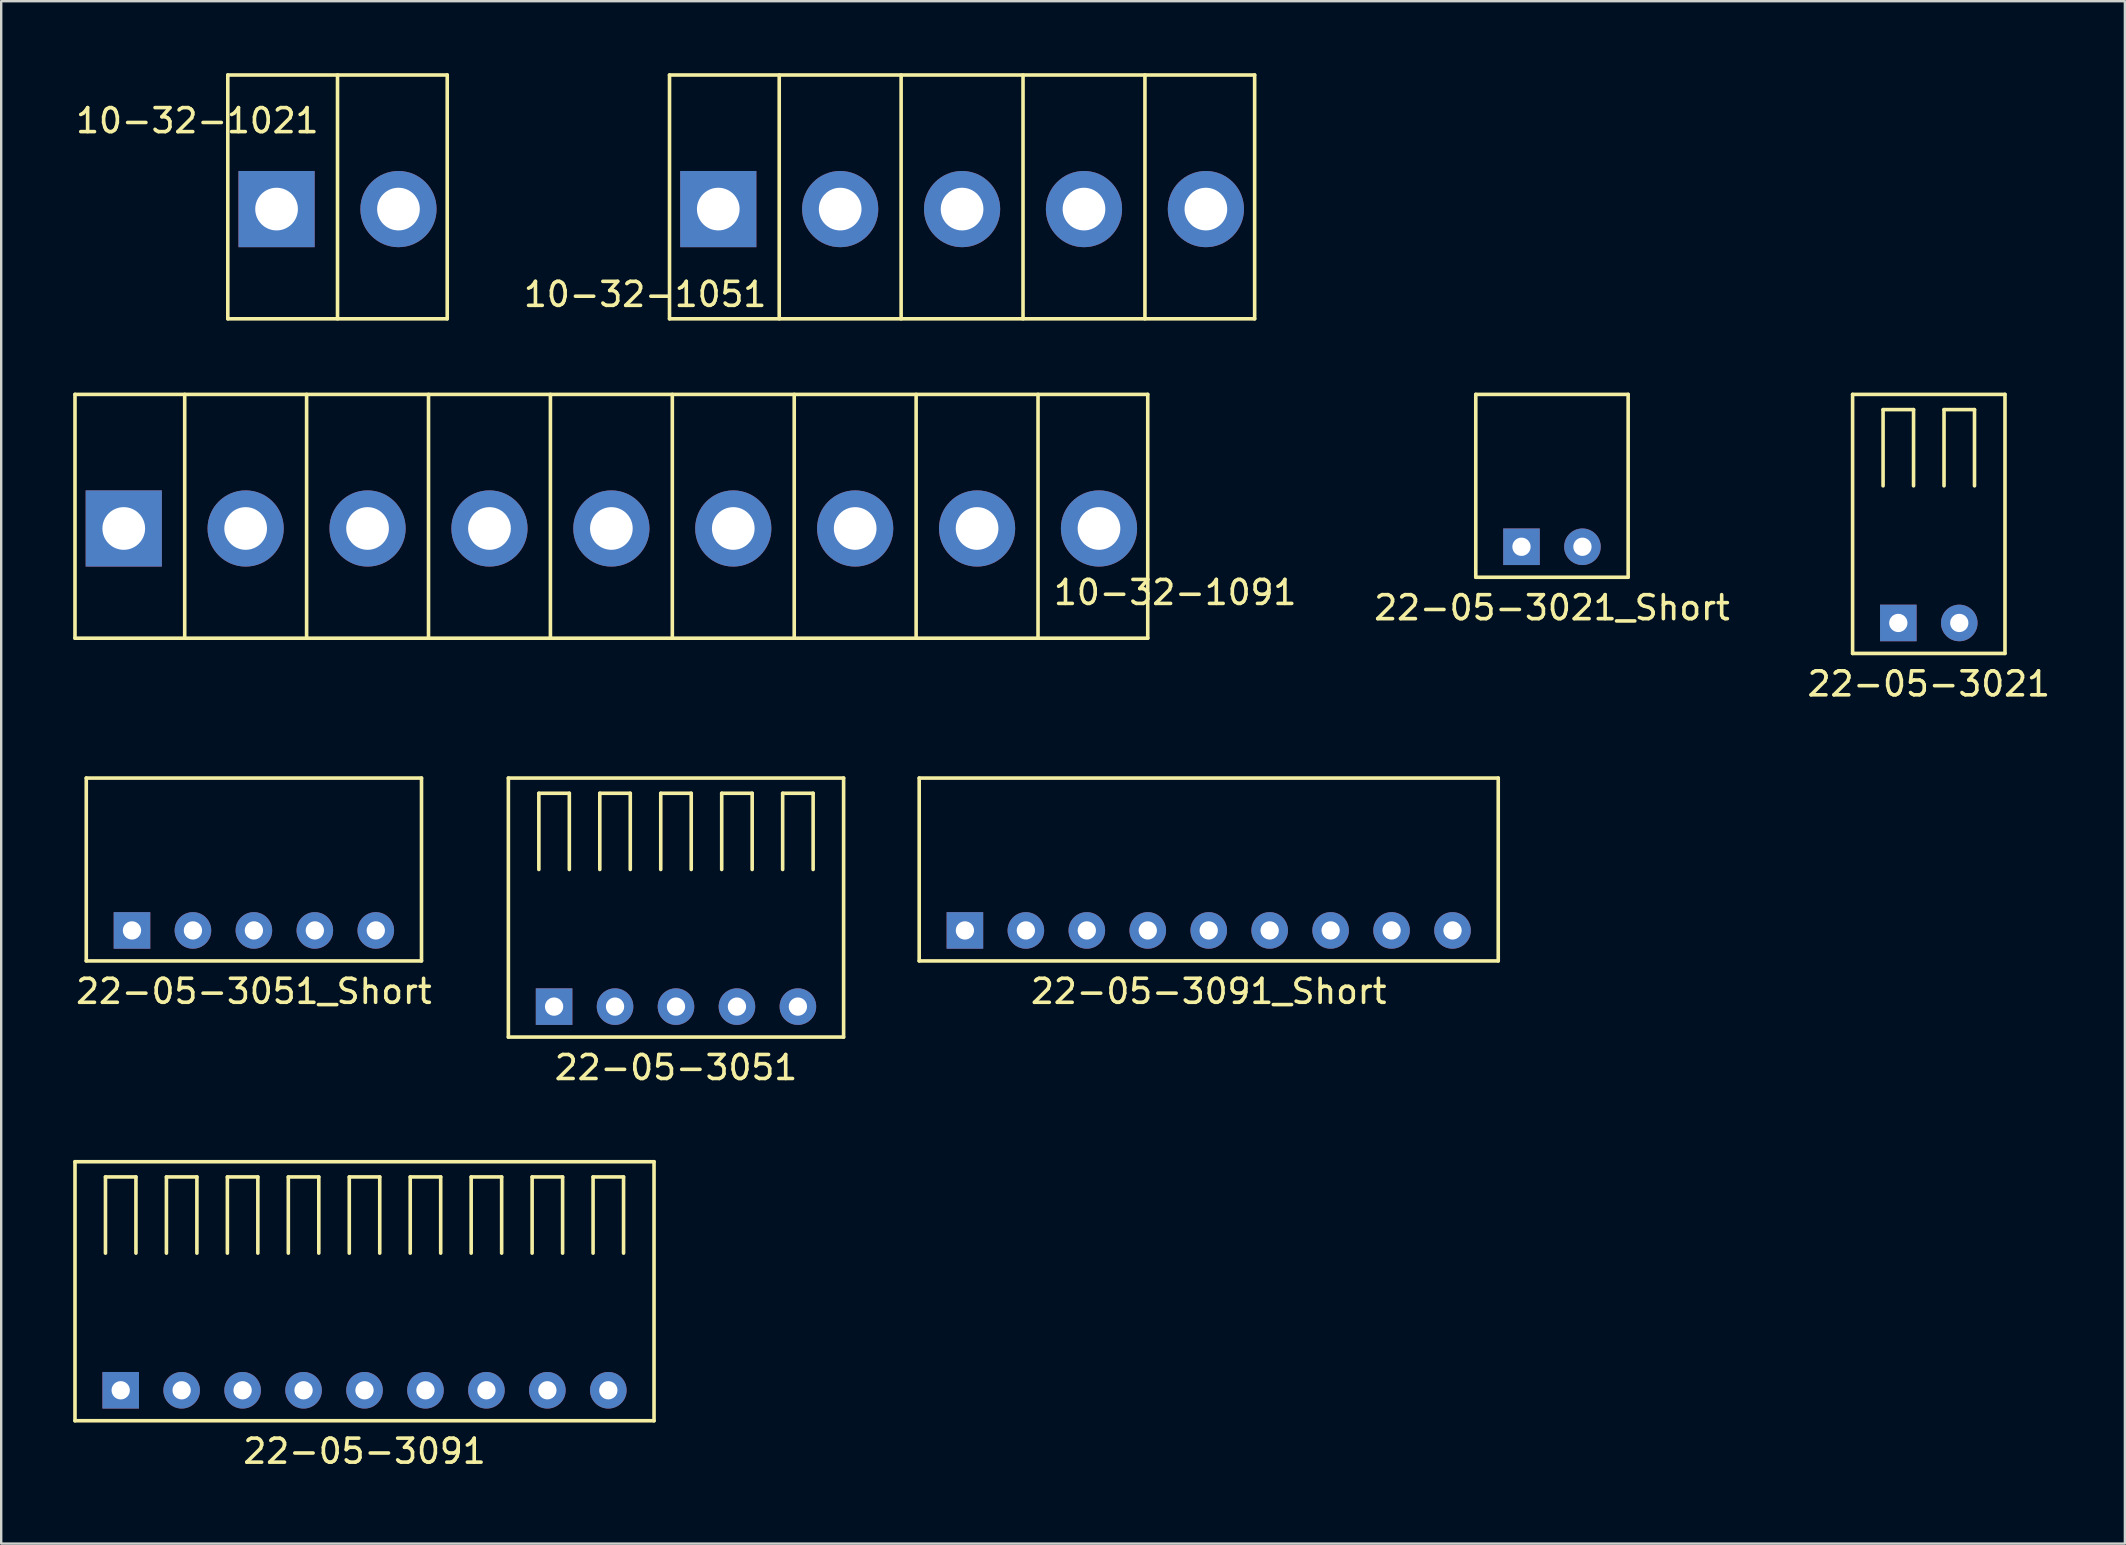
<source format=kicad_pcb>
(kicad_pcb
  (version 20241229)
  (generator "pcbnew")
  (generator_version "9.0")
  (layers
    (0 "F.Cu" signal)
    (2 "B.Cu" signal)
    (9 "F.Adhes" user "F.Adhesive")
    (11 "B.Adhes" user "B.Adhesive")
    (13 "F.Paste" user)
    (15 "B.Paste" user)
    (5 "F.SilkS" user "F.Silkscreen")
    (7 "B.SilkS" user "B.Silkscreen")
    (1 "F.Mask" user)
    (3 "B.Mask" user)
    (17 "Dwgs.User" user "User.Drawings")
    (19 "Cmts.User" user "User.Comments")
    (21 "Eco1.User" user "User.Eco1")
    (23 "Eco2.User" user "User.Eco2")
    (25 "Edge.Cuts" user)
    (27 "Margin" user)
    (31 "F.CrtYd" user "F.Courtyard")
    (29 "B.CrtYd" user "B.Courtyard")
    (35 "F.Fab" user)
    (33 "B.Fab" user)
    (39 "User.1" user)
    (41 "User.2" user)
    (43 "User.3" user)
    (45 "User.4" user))
  (footprint "10-32-1021"
    (layer "F.Cu")
    (at 11.015 5.663)
    (property "Reference" "10-32-1021" (at -5.842 -3.683 0) (layer "F.SilkS") (effects (font (size 1 1) (thickness 0.15))))
    (attr through_hole)
    (fp_line (start -4.572 -5.588) (end -4.572 4.572) (stroke (width 0.15) (type solid)) (layer "F.SilkS"))
    (fp_line (start -4.572 -5.588) (end 4.572 -5.588) (stroke (width 0.15) (type solid)) (layer "F.SilkS"))
    (fp_line (start -4.572 4.572) (end 4.572 4.572) (stroke (width 0.15) (type solid)) (layer "F.SilkS"))
    (fp_line (start 0 -5.588) (end 0 4.572) (stroke (width 0.15) (type solid)) (layer "F.SilkS"))
    (fp_line (start 4.572 4.572) (end 4.572 -5.588) (stroke (width 0.15) (type solid)) (layer "F.SilkS"))
    (pad "1" thru_hole rect (at -2.54 0) (size 3.175 3.175) (drill 1.778) (layers "*.Cu" "*.Mask"))
    (pad "2" thru_hole circle (at 2.54 0) (size 3.175 3.175) (drill 1.778) (layers "*.Cu" "*.Mask")))
  (footprint "22-05-3091_Short"
    (layer "F.Cu")
    (at 47.32 33.183)
    (property "Reference" "22-05-3091_Short" (at 0 5.08 0) (layer "F.SilkS") (effects (font (size 1 1) (thickness 0.15))))
    (attr through_hole)
    (fp_line (start -12.065 -3.81) (end -12.065 3.81) (stroke (width 0.15) (type solid)) (layer "F.SilkS"))
    (fp_line (start -12.065 3.81) (end 12.065 3.81) (stroke (width 0.15) (type solid)) (layer "F.SilkS"))
    (fp_line (start 12.065 -3.81) (end -12.065 -3.81) (stroke (width 0.15) (type solid)) (layer "F.SilkS"))
    (fp_line (start 12.065 3.81) (end 12.065 -3.81) (stroke (width 0.15) (type solid)) (layer "F.SilkS"))
    (pad "1" thru_hole rect (at -10.16 2.54) (size 1.524 1.524) (drill 0.762) (layers "*.Cu" "*.Mask"))
    (pad "2" thru_hole circle (at -7.62 2.54) (size 1.524 1.524) (drill 0.762) (layers "*.Cu" "*.Mask"))
    (pad "3" thru_hole circle (at -5.08 2.54) (size 1.524 1.524) (drill 0.762) (layers "*.Cu" "*.Mask"))
    (pad "4" thru_hole circle (at -2.54 2.54) (size 1.524 1.524) (drill 0.762) (layers "*.Cu" "*.Mask"))
    (pad "5" thru_hole circle (at 0 2.54) (size 1.524 1.524) (drill 0.762) (layers "*.Cu" "*.Mask"))
    (pad "6" thru_hole circle (at 2.54 2.54) (size 1.524 1.524) (drill 0.762) (layers "*.Cu" "*.Mask"))
    (pad "7" thru_hole circle (at 5.08 2.54) (size 1.524 1.524) (drill 0.762) (layers "*.Cu" "*.Mask"))
    (pad "8" thru_hole circle (at 7.62 2.54) (size 1.524 1.524) (drill 0.762) (layers "*.Cu" "*.Mask"))
    (pad "9" thru_hole circle (at 10.16 2.54) (size 1.524 1.524) (drill 0.762) (layers "*.Cu" "*.Mask")))
  (footprint "22-05-3051"
    (layer "F.Cu")
    (at 25.12 34.453)
    (property "Reference" "22-05-3051" (at 0 6.985 0) (layer "F.SilkS") (effects (font (size 1 1) (thickness 0.15))))
    (attr through_hole)
    (fp_line (start -6.985 -5.08) (end 6.985 -5.08) (stroke (width 0.15) (type solid)) (layer "F.SilkS"))
    (fp_line (start -6.985 5.715) (end -6.985 -5.08) (stroke (width 0.15) (type solid)) (layer "F.SilkS"))
    (fp_line (start -5.715 -4.445) (end -4.445 -4.445) (stroke (width 0.15) (type solid)) (layer "F.SilkS"))
    (fp_line (start -5.715 -1.27) (end -5.715 -4.445) (stroke (width 0.15) (type solid)) (layer "F.SilkS"))
    (fp_line (start -4.445 -4.445) (end -4.445 -1.27) (stroke (width 0.15) (type solid)) (layer "F.SilkS"))
    (fp_line (start -3.175 -4.445) (end -1.905 -4.445) (stroke (width 0.15) (type solid)) (layer "F.SilkS"))
    (fp_line (start -3.175 -1.27) (end -3.175 -4.445) (stroke (width 0.15) (type solid)) (layer "F.SilkS"))
    (fp_line (start -1.905 -4.445) (end -1.905 -1.27) (stroke (width 0.15) (type solid)) (layer "F.SilkS"))
    (fp_line (start -0.635 -4.445) (end 0.635 -4.445) (stroke (width 0.15) (type solid)) (layer "F.SilkS"))
    (fp_line (start -0.635 -1.27) (end -0.635 -4.445) (stroke (width 0.15) (type solid)) (layer "F.SilkS"))
    (fp_line (start 0.635 -4.445) (end 0.635 -1.27) (stroke (width 0.15) (type solid)) (layer "F.SilkS"))
    (fp_line (start 1.905 -4.445) (end 3.175 -4.445) (stroke (width 0.15) (type solid)) (layer "F.SilkS"))
    (fp_line (start 1.905 -1.27) (end 1.905 -4.445) (stroke (width 0.15) (type solid)) (layer "F.SilkS"))
    (fp_line (start 3.175 -4.445) (end 3.175 -1.27) (stroke (width 0.15) (type solid)) (layer "F.SilkS"))
    (fp_line (start 4.445 -4.445) (end 5.715 -4.445) (stroke (width 0.15) (type solid)) (layer "F.SilkS"))
    (fp_line (start 4.445 -1.27) (end 4.445 -4.445) (stroke (width 0.15) (type solid)) (layer "F.SilkS"))
    (fp_line (start 5.715 -4.445) (end 5.715 -1.27) (stroke (width 0.15) (type solid)) (layer "F.SilkS"))
    (fp_line (start 6.985 5.715) (end -6.985 5.715) (stroke (width 0.15) (type solid)) (layer "F.SilkS"))
    (fp_line (start 6.985 5.715) (end 6.985 -5.08) (stroke (width 0.15) (type solid)) (layer "F.SilkS"))
    (pad "1" thru_hole rect (at -5.08 4.445) (size 1.524 1.524) (drill 0.762) (layers "*.Cu" "*.Mask"))
    (pad "2" thru_hole circle (at -2.54 4.445) (size 1.524 1.524) (drill 0.762) (layers "*.Cu" "*.Mask"))
    (pad "3" thru_hole circle (at 0 4.445) (size 1.524 1.524) (drill 0.762) (layers "*.Cu" "*.Mask"))
    (pad "4" thru_hole circle (at 2.54 4.445) (size 1.524 1.524) (drill 0.762) (layers "*.Cu" "*.Mask"))
    (pad "5" thru_hole circle (at 5.08 4.445) (size 1.524 1.524) (drill 0.762) (layers "*.Cu" "*.Mask")))
  (footprint "10-32-1091"
    (layer "F.Cu")
    (at 22.681 18.973)
    (property "Reference" "10-32-1091" (at 23.241 2.667 0) (layer "F.SilkS") (effects (font (size 1 1) (thickness 0.15))))
    (attr through_hole)
    (fp_line (start -22.606 -5.588) (end -22.606 4.572) (stroke (width 0.15) (type solid)) (layer "F.SilkS"))
    (fp_line (start -22.606 4.572) (end 22.098 4.572) (stroke (width 0.15) (type solid)) (layer "F.SilkS"))
    (fp_line (start -18.034 -5.588) (end -18.034 4.572) (stroke (width 0.15) (type solid)) (layer "F.SilkS"))
    (fp_line (start -12.954 4.572) (end -12.954 -5.588) (stroke (width 0.15) (type solid)) (layer "F.SilkS"))
    (fp_line (start -7.874 -5.588) (end -7.874 4.572) (stroke (width 0.15) (type solid)) (layer "F.SilkS"))
    (fp_line (start -2.794 4.572) (end -2.794 -5.588) (stroke (width 0.15) (type solid)) (layer "F.SilkS"))
    (fp_line (start 2.286 4.572) (end 2.286 -5.588) (stroke (width 0.15) (type solid)) (layer "F.SilkS"))
    (fp_line (start 7.366 -5.588) (end 7.366 4.572) (stroke (width 0.15) (type solid)) (layer "F.SilkS"))
    (fp_line (start 12.446 4.572) (end 12.446 -5.588) (stroke (width 0.15) (type solid)) (layer "F.SilkS"))
    (fp_line (start 17.526 -5.588) (end 17.526 4.572) (stroke (width 0.15) (type solid)) (layer "F.SilkS"))
    (fp_line (start 22.098 -5.588) (end -22.606 -5.588) (stroke (width 0.15) (type solid)) (layer "F.SilkS"))
    (fp_line (start 22.098 4.572) (end 22.098 -5.588) (stroke (width 0.15) (type solid)) (layer "F.SilkS"))
    (pad "1" thru_hole rect (at -20.574 0) (size 3.175 3.175) (drill 1.778) (layers "*.Cu" "*.Mask"))
    (pad "2" thru_hole circle (at -15.494 0) (size 3.175 3.175) (drill 1.778) (layers "*.Cu" "*.Mask"))
    (pad "3" thru_hole circle (at -10.414 0) (size 3.175 3.175) (drill 1.778) (layers "*.Cu" "*.Mask"))
    (pad "4" thru_hole circle (at -5.334 0) (size 3.175 3.175) (drill 1.778) (layers "*.Cu" "*.Mask"))
    (pad "5" thru_hole circle (at -0.254 0) (size 3.175 3.175) (drill 1.778) (layers "*.Cu" "*.Mask"))
    (pad "6" thru_hole circle (at 4.826 0) (size 3.175 3.175) (drill 1.778) (layers "*.Cu" "*.Mask"))
    (pad "7" thru_hole circle (at 9.906 0) (size 3.175 3.175) (drill 1.778) (layers "*.Cu" "*.Mask"))
    (pad "8" thru_hole circle (at 14.986 0) (size 3.175 3.175) (drill 1.778) (layers "*.Cu" "*.Mask"))
    (pad "9" thru_hole circle (at 20.066 0) (size 3.175 3.175) (drill 1.778) (layers "*.Cu" "*.Mask")))
  (footprint "22-05-3021"
    (layer "F.Cu")
    (at 77.327 18.465)
    (property "Reference" "22-05-3021" (at 0 6.985 0) (layer "F.SilkS") (effects (font (size 1 1) (thickness 0.15))))
    (attr through_hole)
    (fp_line (start -3.175 -5.08) (end 3.175 -5.08) (stroke (width 0.15) (type solid)) (layer "F.SilkS"))
    (fp_line (start -3.175 5.715) (end -3.175 -5.08) (stroke (width 0.15) (type solid)) (layer "F.SilkS"))
    (fp_line (start -1.905 -4.445) (end -0.635 -4.445) (stroke (width 0.15) (type solid)) (layer "F.SilkS"))
    (fp_line (start -1.905 -1.27) (end -1.905 -4.445) (stroke (width 0.15) (type solid)) (layer "F.SilkS"))
    (fp_line (start -0.635 -4.445) (end -0.635 -1.27) (stroke (width 0.15) (type solid)) (layer "F.SilkS"))
    (fp_line (start 0.635 -4.445) (end 1.905 -4.445) (stroke (width 0.15) (type solid)) (layer "F.SilkS"))
    (fp_line (start 0.635 -1.27) (end 0.635 -4.445) (stroke (width 0.15) (type solid)) (layer "F.SilkS"))
    (fp_line (start 1.905 -4.445) (end 1.905 -1.27) (stroke (width 0.15) (type solid)) (layer "F.SilkS"))
    (fp_line (start 3.175 5.715) (end -3.175 5.715) (stroke (width 0.15) (type solid)) (layer "F.SilkS"))
    (fp_line (start 3.175 5.715) (end 3.175 -5.08) (stroke (width 0.15) (type solid)) (layer "F.SilkS"))
    (pad "1" thru_hole rect (at -1.27 4.445) (size 1.524 1.524) (drill 0.762) (layers "*.Cu" "*.Mask"))
    (pad "2" thru_hole circle (at 1.27 4.445) (size 1.524 1.524) (drill 0.762) (layers "*.Cu" "*.Mask")))
  (footprint "22-05-3021_Short"
    (layer "F.Cu")
    (at 61.624 17.195)
    (property "Reference" "22-05-3021_Short" (at 0 5.08 0) (layer "F.SilkS") (effects (font (size 1 1) (thickness 0.15))))
    (attr through_hole)
    (fp_line (start -3.175 -3.81) (end -3.175 3.81) (stroke (width 0.15) (type solid)) (layer "F.SilkS"))
    (fp_line (start -3.175 -3.81) (end 3.175 -3.81) (stroke (width 0.15) (type solid)) (layer "F.SilkS"))
    (fp_line (start 3.175 3.81) (end -3.175 3.81) (stroke (width 0.15) (type solid)) (layer "F.SilkS"))
    (fp_line (start 3.175 3.81) (end 3.175 -3.81) (stroke (width 0.15) (type solid)) (layer "F.SilkS"))
    (pad "1" thru_hole rect (at -1.27 2.54) (size 1.524 1.524) (drill 0.762) (layers "*.Cu" "*.Mask"))
    (pad "2" thru_hole circle (at 1.27 2.54) (size 1.524 1.524) (drill 0.762) (layers "*.Cu" "*.Mask")))
  (footprint "10-32-1051"
    (layer "F.Cu")
    (at 37.042 5.663)
    (property "Reference" "10-32-1051" (at -13.208 3.556 0) (layer "F.SilkS") (effects (font (size 1 1) (thickness 0.15))))
    (attr through_hole)
    (fp_line (start -12.192 -5.588) (end -12.192 4.572) (stroke (width 0.15) (type solid)) (layer "F.SilkS"))
    (fp_line (start -12.192 4.572) (end 12.192 4.572) (stroke (width 0.15) (type solid)) (layer "F.SilkS"))
    (fp_line (start -7.62 -5.588) (end -7.62 4.572) (stroke (width 0.15) (type solid)) (layer "F.SilkS"))
    (fp_line (start -2.54 4.572) (end -2.54 -5.588) (stroke (width 0.15) (type solid)) (layer "F.SilkS"))
    (fp_line (start 2.54 -5.588) (end 2.54 4.572) (stroke (width 0.15) (type solid)) (layer "F.SilkS"))
    (fp_line (start 7.62 4.572) (end 7.62 -5.588) (stroke (width 0.15) (type solid)) (layer "F.SilkS"))
    (fp_line (start 12.192 -5.588) (end -12.192 -5.588) (stroke (width 0.15) (type solid)) (layer "F.SilkS"))
    (fp_line (start 12.192 4.572) (end 12.192 -5.588) (stroke (width 0.15) (type solid)) (layer "F.SilkS"))
    (pad "1" thru_hole rect (at -10.16 0) (size 3.175 3.175) (drill 1.778) (layers "*.Cu" "*.Mask"))
    (pad "2" thru_hole circle (at -5.08 0) (size 3.175 3.175) (drill 1.778) (layers "*.Cu" "*.Mask"))
    (pad "3" thru_hole circle (at 0 0) (size 3.175 3.175) (drill 1.778) (layers "*.Cu" "*.Mask"))
    (pad "4" thru_hole circle (at 5.08 0) (size 3.175 3.175) (drill 1.778) (layers "*.Cu" "*.Mask"))
    (pad "5" thru_hole circle (at 10.16 0) (size 3.175 3.175) (drill 1.778) (layers "*.Cu" "*.Mask")))
  (footprint "22-05-3051_Short"
    (layer "F.Cu")
    (at 7.53 33.183)
    (property "Reference" "22-05-3051_Short" (at 0 5.08 0) (layer "F.SilkS") (effects (font (size 1 1) (thickness 0.15))))
    (attr through_hole)
    (fp_line (start -6.985 -3.81) (end -6.985 3.81) (stroke (width 0.15) (type solid)) (layer "F.SilkS"))
    (fp_line (start -6.985 3.81) (end 6.985 3.81) (stroke (width 0.15) (type solid)) (layer "F.SilkS"))
    (fp_line (start 6.985 -3.81) (end -6.985 -3.81) (stroke (width 0.15) (type solid)) (layer "F.SilkS"))
    (fp_line (start 6.985 3.81) (end 6.985 -3.81) (stroke (width 0.15) (type solid)) (layer "F.SilkS"))
    (pad "1" thru_hole rect (at -5.08 2.54) (size 1.524 1.524) (drill 0.762) (layers "*.Cu" "*.Mask"))
    (pad "2" thru_hole circle (at -2.54 2.54) (size 1.524 1.524) (drill 0.762) (layers "*.Cu" "*.Mask"))
    (pad "3" thru_hole circle (at 0 2.54) (size 1.524 1.524) (drill 0.762) (layers "*.Cu" "*.Mask"))
    (pad "4" thru_hole circle (at 2.54 2.54) (size 1.524 1.524) (drill 0.762) (layers "*.Cu" "*.Mask"))
    (pad "5" thru_hole circle (at 5.08 2.54) (size 1.524 1.524) (drill 0.762) (layers "*.Cu" "*.Mask")))
  (footprint "22-05-3091"
    (layer "F.Cu")
    (at 12.14 50.441)
    (property "Reference" "22-05-3091" (at 0 6.985 0) (layer "F.SilkS") (effects (font (size 1 1) (thickness 0.15))))
    (attr through_hole)
    (fp_line (start -12.065 5.715) (end -12.065 -5.08) (stroke (width 0.15) (type solid)) (layer "F.SilkS"))
    (fp_line (start -12.065 5.715) (end 12.065 5.715) (stroke (width 0.15) (type solid)) (layer "F.SilkS"))
    (fp_line (start -10.795 -4.445) (end -9.525 -4.445) (stroke (width 0.15) (type solid)) (layer "F.SilkS"))
    (fp_line (start -10.795 -1.27) (end -10.795 -4.445) (stroke (width 0.15) (type solid)) (layer "F.SilkS"))
    (fp_line (start -9.525 -4.445) (end -9.525 -1.27) (stroke (width 0.15) (type solid)) (layer "F.SilkS"))
    (fp_line (start -8.255 -4.445) (end -6.985 -4.445) (stroke (width 0.15) (type solid)) (layer "F.SilkS"))
    (fp_line (start -8.255 -1.27) (end -8.255 -4.445) (stroke (width 0.15) (type solid)) (layer "F.SilkS"))
    (fp_line (start -6.985 -4.445) (end -6.985 -1.27) (stroke (width 0.15) (type solid)) (layer "F.SilkS"))
    (fp_line (start -5.715 -4.445) (end -4.445 -4.445) (stroke (width 0.15) (type solid)) (layer "F.SilkS"))
    (fp_line (start -5.715 -1.27) (end -5.715 -4.445) (stroke (width 0.15) (type solid)) (layer "F.SilkS"))
    (fp_line (start -4.445 -4.445) (end -4.445 -1.27) (stroke (width 0.15) (type solid)) (layer "F.SilkS"))
    (fp_line (start -3.175 -4.445) (end -1.905 -4.445) (stroke (width 0.15) (type solid)) (layer "F.SilkS"))
    (fp_line (start -3.175 -1.27) (end -3.175 -4.445) (stroke (width 0.15) (type solid)) (layer "F.SilkS"))
    (fp_line (start -1.905 -4.445) (end -1.905 -1.27) (stroke (width 0.15) (type solid)) (layer "F.SilkS"))
    (fp_line (start -0.635 -4.445) (end 0.635 -4.445) (stroke (width 0.15) (type solid)) (layer "F.SilkS"))
    (fp_line (start -0.635 -1.27) (end -0.635 -4.445) (stroke (width 0.15) (type solid)) (layer "F.SilkS"))
    (fp_line (start 0.635 -4.445) (end 0.635 -1.27) (stroke (width 0.15) (type solid)) (layer "F.SilkS"))
    (fp_line (start 1.905 -4.445) (end 3.175 -4.445) (stroke (width 0.15) (type solid)) (layer "F.SilkS"))
    (fp_line (start 1.905 -1.27) (end 1.905 -4.445) (stroke (width 0.15) (type solid)) (layer "F.SilkS"))
    (fp_line (start 3.175 -4.445) (end 3.175 -1.27) (stroke (width 0.15) (type solid)) (layer "F.SilkS"))
    (fp_line (start 4.445 -4.445) (end 5.715 -4.445) (stroke (width 0.15) (type solid)) (layer "F.SilkS"))
    (fp_line (start 4.445 -1.27) (end 4.445 -4.445) (stroke (width 0.15) (type solid)) (layer "F.SilkS"))
    (fp_line (start 5.715 -4.445) (end 5.715 -1.27) (stroke (width 0.15) (type solid)) (layer "F.SilkS"))
    (fp_line (start 6.985 -4.445) (end 8.255 -4.445) (stroke (width 0.15) (type solid)) (layer "F.SilkS"))
    (fp_line (start 6.985 -1.27) (end 6.985 -4.445) (stroke (width 0.15) (type solid)) (layer "F.SilkS"))
    (fp_line (start 8.255 -4.445) (end 8.255 -1.27) (stroke (width 0.15) (type solid)) (layer "F.SilkS"))
    (fp_line (start 9.525 -4.445) (end 10.795 -4.445) (stroke (width 0.15) (type solid)) (layer "F.SilkS"))
    (fp_line (start 9.525 -1.27) (end 9.525 -4.445) (stroke (width 0.15) (type solid)) (layer "F.SilkS"))
    (fp_line (start 10.795 -4.445) (end 10.795 -1.27) (stroke (width 0.15) (type solid)) (layer "F.SilkS"))
    (fp_line (start 12.065 -5.08) (end -12.065 -5.08) (stroke (width 0.15) (type solid)) (layer "F.SilkS"))
    (fp_line (start 12.065 5.715) (end 12.065 -5.08) (stroke (width 0.15) (type solid)) (layer "F.SilkS"))
    (pad "1" thru_hole rect (at -10.16 4.445) (size 1.524 1.524) (drill 0.762) (layers "*.Cu" "*.Mask"))
    (pad "2" thru_hole circle (at -7.62 4.445) (size 1.524 1.524) (drill 0.762) (layers "*.Cu" "*.Mask"))
    (pad "3" thru_hole circle (at -5.08 4.445) (size 1.524 1.524) (drill 0.762) (layers "*.Cu" "*.Mask"))
    (pad "4" thru_hole circle (at -2.54 4.445) (size 1.524 1.524) (drill 0.762) (layers "*.Cu" "*.Mask"))
    (pad "5" thru_hole circle (at 0 4.445) (size 1.524 1.524) (drill 0.762) (layers "*.Cu" "*.Mask"))
    (pad "6" thru_hole circle (at 2.54 4.445) (size 1.524 1.524) (drill 0.762) (layers "*.Cu" "*.Mask"))
    (pad "7" thru_hole circle (at 5.08 4.445) (size 1.524 1.524) (drill 0.762) (layers "*.Cu" "*.Mask"))
    (pad "8" thru_hole circle (at 7.62 4.445) (size 1.524 1.524) (drill 0.762) (layers "*.Cu" "*.Mask"))
    (pad "9" thru_hole circle (at 10.16 4.445) (size 1.524 1.524) (drill 0.762) (layers "*.Cu" "*.Mask")))
  (gr_rect
    (start -3 -3)
    (end 85.499 61.275)
    (stroke (width 0.1) (type default))
    (fill no)
    (layer "Edge.Cuts")))
</source>
